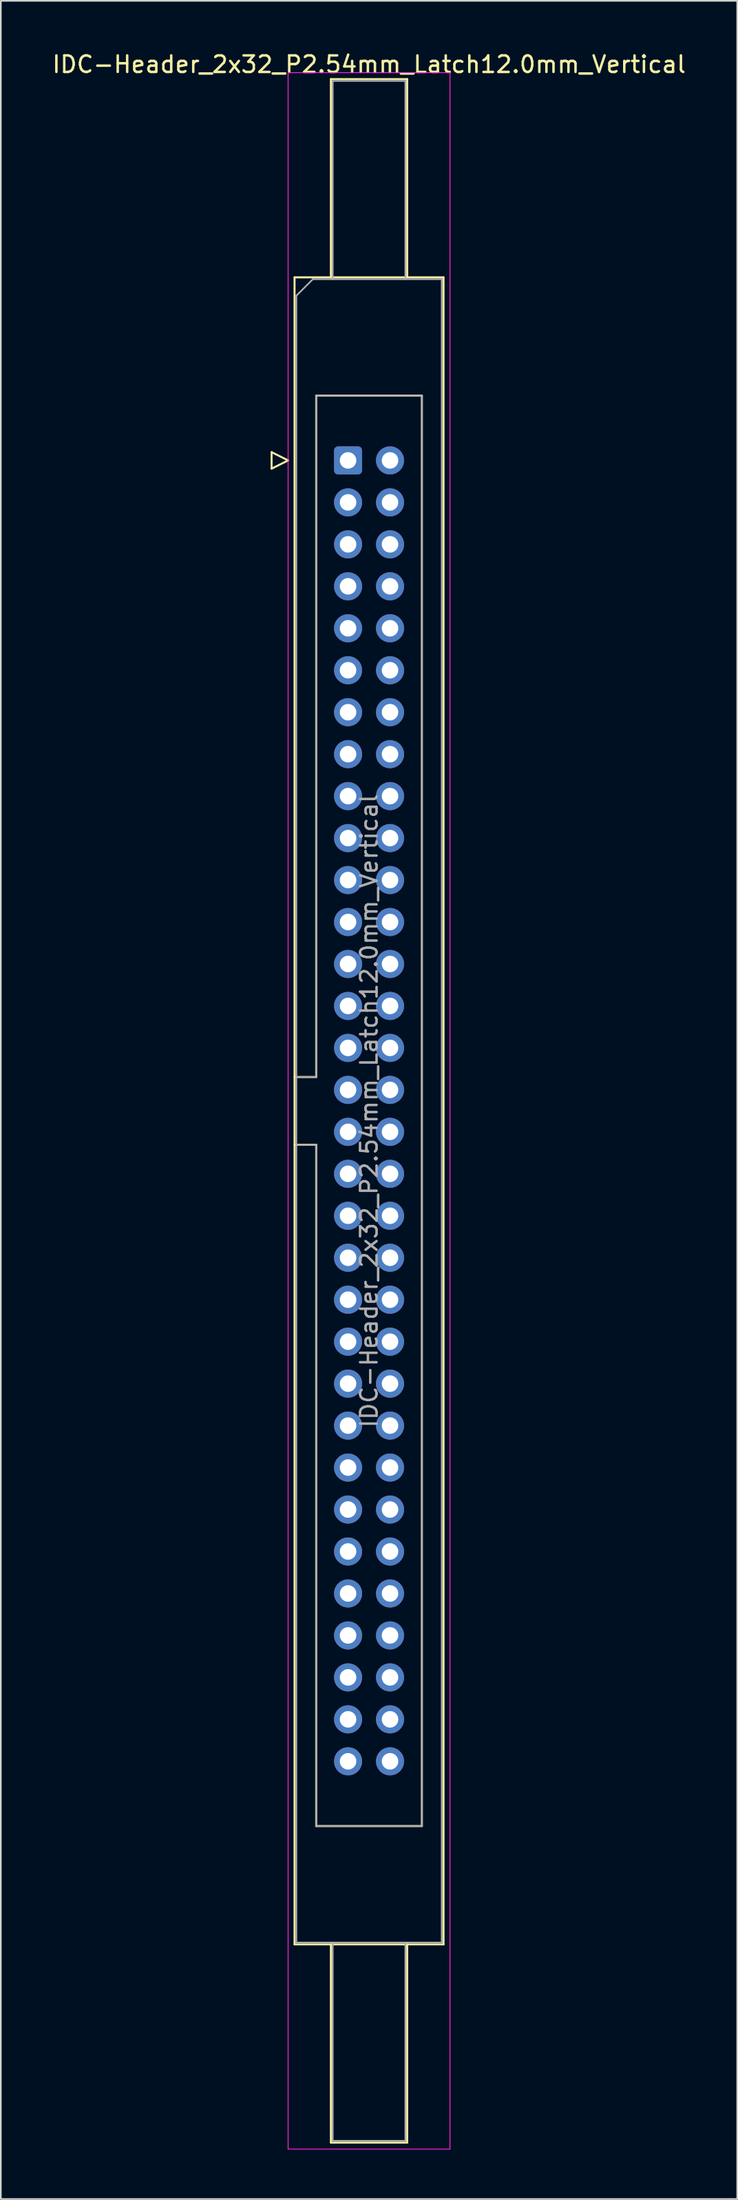
<source format=kicad_pcb>
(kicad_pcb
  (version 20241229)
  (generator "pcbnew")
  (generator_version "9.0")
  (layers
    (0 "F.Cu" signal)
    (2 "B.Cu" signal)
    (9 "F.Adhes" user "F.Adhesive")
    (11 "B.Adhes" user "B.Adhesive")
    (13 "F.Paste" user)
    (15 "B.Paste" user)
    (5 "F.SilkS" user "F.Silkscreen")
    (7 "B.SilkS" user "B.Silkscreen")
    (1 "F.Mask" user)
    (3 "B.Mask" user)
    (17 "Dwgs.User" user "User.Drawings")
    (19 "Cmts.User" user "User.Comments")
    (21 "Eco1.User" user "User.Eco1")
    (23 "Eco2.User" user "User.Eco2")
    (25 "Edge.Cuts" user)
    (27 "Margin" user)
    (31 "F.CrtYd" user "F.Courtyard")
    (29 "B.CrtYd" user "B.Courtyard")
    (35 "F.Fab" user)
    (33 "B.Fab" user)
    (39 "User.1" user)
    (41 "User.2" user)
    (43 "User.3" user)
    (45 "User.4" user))
  (footprint "IDC-Header_2x32_P2.54mm_Latch12.0mm_Vertical"
    (layer "F.Cu")
    (at 18.022 24.818)
    (property "Reference" "IDC-Header_2x32_P2.54mm_Latch12.0mm_Vertical" (at 1.27 -23.97 0) (layer "F.SilkS") (effects (font (size 1 1) (thickness 0.15))))
    (attr through_hole)
    (fp_line (start -4.63 -0.5) (end -4.63 0.5) (stroke (width 0.12) (type solid)) (layer "F.SilkS"))
    (fp_line (start -4.63 0.5) (end -3.63 0) (stroke (width 0.12) (type solid)) (layer "F.SilkS"))
    (fp_line (start -3.63 0) (end -4.63 -0.5) (stroke (width 0.12) (type solid)) (layer "F.SilkS"))
    (fp_line (start -3.24 -11.08) (end 5.78 -11.08) (stroke (width 0.12) (type solid)) (layer "F.SilkS"))
    (fp_line (start -3.24 37.32) (end -1.93 37.32) (stroke (width 0.12) (type solid)) (layer "F.SilkS"))
    (fp_line (start -3.24 89.82) (end -3.24 -11.08) (stroke (width 0.12) (type solid)) (layer "F.SilkS"))
    (fp_line (start -1.93 -3.92) (end 4.47 -3.92) (stroke (width 0.12) (type solid)) (layer "F.SilkS"))
    (fp_line (start -1.93 37.32) (end -1.93 -3.92) (stroke (width 0.12) (type solid)) (layer "F.SilkS"))
    (fp_line (start -1.93 41.42) (end -3.24 41.42) (stroke (width 0.12) (type solid)) (layer "F.SilkS"))
    (fp_line (start -1.93 41.42) (end -1.93 41.42) (stroke (width 0.12) (type solid)) (layer "F.SilkS"))
    (fp_line (start -1.93 82.66) (end -1.93 41.42) (stroke (width 0.12) (type solid)) (layer "F.SilkS"))
    (fp_line (start -1.04 -23.08) (end 3.58 -23.08) (stroke (width 0.12) (type solid)) (layer "F.SilkS"))
    (fp_line (start -1.04 -11.08) (end -1.04 -23.08) (stroke (width 0.12) (type solid)) (layer "F.SilkS"))
    (fp_line (start -1.04 89.82) (end -1.04 101.82) (stroke (width 0.12) (type solid)) (layer "F.SilkS"))
    (fp_line (start -1.04 101.82) (end 3.58 101.82) (stroke (width 0.12) (type solid)) (layer "F.SilkS"))
    (fp_line (start 3.58 -23.08) (end 3.58 -11.08) (stroke (width 0.12) (type solid)) (layer "F.SilkS"))
    (fp_line (start 3.58 101.82) (end 3.58 89.82) (stroke (width 0.12) (type solid)) (layer "F.SilkS"))
    (fp_line (start 4.47 -3.92) (end 4.47 82.66) (stroke (width 0.12) (type solid)) (layer "F.SilkS"))
    (fp_line (start 4.47 82.66) (end -1.93 82.66) (stroke (width 0.12) (type solid)) (layer "F.SilkS"))
    (fp_line (start 5.78 -11.08) (end 5.78 89.82) (stroke (width 0.12) (type solid)) (layer "F.SilkS"))
    (fp_line (start 5.78 89.82) (end -3.24 89.82) (stroke (width 0.12) (type solid)) (layer "F.SilkS"))
    (fp_line (start -3.63 -23.47) (end -3.63 102.21) (stroke (width 0.05) (type solid)) (layer "F.CrtYd"))
    (fp_line (start -3.63 102.21) (end 6.17 102.21) (stroke (width 0.05) (type solid)) (layer "F.CrtYd"))
    (fp_line (start 6.17 -23.47) (end -3.63 -23.47) (stroke (width 0.05) (type solid)) (layer "F.CrtYd"))
    (fp_line (start 6.17 102.21) (end 6.17 -23.47) (stroke (width 0.05) (type solid)) (layer "F.CrtYd"))
    (fp_line (start -3.13 -9.97) (end -2.13 -10.97) (stroke (width 0.1) (type solid)) (layer "F.Fab"))
    (fp_line (start -3.13 37.32) (end -1.93 37.32) (stroke (width 0.1) (type solid)) (layer "F.Fab"))
    (fp_line (start -3.13 89.71) (end -3.13 -9.97) (stroke (width 0.1) (type solid)) (layer "F.Fab"))
    (fp_line (start -2.13 -10.97) (end 5.67 -10.97) (stroke (width 0.1) (type solid)) (layer "F.Fab"))
    (fp_line (start -1.93 -3.92) (end 4.47 -3.92) (stroke (width 0.1) (type solid)) (layer "F.Fab"))
    (fp_line (start -1.93 37.32) (end -1.93 -3.92) (stroke (width 0.1) (type solid)) (layer "F.Fab"))
    (fp_line (start -1.93 41.42) (end -3.13 41.42) (stroke (width 0.1) (type solid)) (layer "F.Fab"))
    (fp_line (start -1.93 41.42) (end -1.93 41.42) (stroke (width 0.1) (type solid)) (layer "F.Fab"))
    (fp_line (start -1.93 82.66) (end -1.93 41.42) (stroke (width 0.1) (type solid)) (layer "F.Fab"))
    (fp_line (start -0.93 -22.97) (end 3.47 -22.97) (stroke (width 0.1) (type solid)) (layer "F.Fab"))
    (fp_line (start -0.93 -10.97) (end -0.93 -22.97) (stroke (width 0.1) (type solid)) (layer "F.Fab"))
    (fp_line (start -0.93 89.71) (end -0.93 101.71) (stroke (width 0.1) (type solid)) (layer "F.Fab"))
    (fp_line (start -0.93 101.71) (end 3.47 101.71) (stroke (width 0.1) (type solid)) (layer "F.Fab"))
    (fp_line (start 3.47 -22.97) (end 3.47 -10.97) (stroke (width 0.1) (type solid)) (layer "F.Fab"))
    (fp_line (start 3.47 101.71) (end 3.47 89.71) (stroke (width 0.1) (type solid)) (layer "F.Fab"))
    (fp_line (start 4.47 -3.92) (end 4.47 82.66) (stroke (width 0.1) (type solid)) (layer "F.Fab"))
    (fp_line (start 4.47 82.66) (end -1.93 82.66) (stroke (width 0.1) (type solid)) (layer "F.Fab"))
    (fp_line (start 5.67 -10.97) (end 5.67 89.71) (stroke (width 0.1) (type solid)) (layer "F.Fab"))
    (fp_line (start 5.67 89.71) (end -3.13 89.71) (stroke (width 0.1) (type solid)) (layer "F.Fab"))
    (fp_text user "${REFERENCE}" (at 1.27 39.37 90) (layer "F.Fab") (effects (font (size 1 1) (thickness 0.15))))
    (pad "1" thru_hole roundrect (at 0 0) (size 1.7 1.7) (drill 1) (layers "*.Cu" "*.Mask") (roundrect_rratio 0.147))
    (pad "2" thru_hole circle (at 2.54 0) (size 1.7 1.7) (drill 1) (layers "*.Cu" "*.Mask"))
    (pad "3" thru_hole circle (at 0 2.54) (size 1.7 1.7) (drill 1) (layers "*.Cu" "*.Mask"))
    (pad "4" thru_hole circle (at 2.54 2.54) (size 1.7 1.7) (drill 1) (layers "*.Cu" "*.Mask"))
    (pad "5" thru_hole circle (at 0 5.08) (size 1.7 1.7) (drill 1) (layers "*.Cu" "*.Mask"))
    (pad "6" thru_hole circle (at 2.54 5.08) (size 1.7 1.7) (drill 1) (layers "*.Cu" "*.Mask"))
    (pad "7" thru_hole circle (at 0 7.62) (size 1.7 1.7) (drill 1) (layers "*.Cu" "*.Mask"))
    (pad "8" thru_hole circle (at 2.54 7.62) (size 1.7 1.7) (drill 1) (layers "*.Cu" "*.Mask"))
    (pad "9" thru_hole circle (at 0 10.16) (size 1.7 1.7) (drill 1) (layers "*.Cu" "*.Mask"))
    (pad "10" thru_hole circle (at 2.54 10.16) (size 1.7 1.7) (drill 1) (layers "*.Cu" "*.Mask"))
    (pad "11" thru_hole circle (at 0 12.7) (size 1.7 1.7) (drill 1) (layers "*.Cu" "*.Mask"))
    (pad "12" thru_hole circle (at 2.54 12.7) (size 1.7 1.7) (drill 1) (layers "*.Cu" "*.Mask"))
    (pad "13" thru_hole circle (at 0 15.24) (size 1.7 1.7) (drill 1) (layers "*.Cu" "*.Mask"))
    (pad "14" thru_hole circle (at 2.54 15.24) (size 1.7 1.7) (drill 1) (layers "*.Cu" "*.Mask"))
    (pad "15" thru_hole circle (at 0 17.78) (size 1.7 1.7) (drill 1) (layers "*.Cu" "*.Mask"))
    (pad "16" thru_hole circle (at 2.54 17.78) (size 1.7 1.7) (drill 1) (layers "*.Cu" "*.Mask"))
    (pad "17" thru_hole circle (at 0 20.32) (size 1.7 1.7) (drill 1) (layers "*.Cu" "*.Mask"))
    (pad "18" thru_hole circle (at 2.54 20.32) (size 1.7 1.7) (drill 1) (layers "*.Cu" "*.Mask"))
    (pad "19" thru_hole circle (at 0 22.86) (size 1.7 1.7) (drill 1) (layers "*.Cu" "*.Mask"))
    (pad "20" thru_hole circle (at 2.54 22.86) (size 1.7 1.7) (drill 1) (layers "*.Cu" "*.Mask"))
    (pad "21" thru_hole circle (at 0 25.4) (size 1.7 1.7) (drill 1) (layers "*.Cu" "*.Mask"))
    (pad "22" thru_hole circle (at 2.54 25.4) (size 1.7 1.7) (drill 1) (layers "*.Cu" "*.Mask"))
    (pad "23" thru_hole circle (at 0 27.94) (size 1.7 1.7) (drill 1) (layers "*.Cu" "*.Mask"))
    (pad "24" thru_hole circle (at 2.54 27.94) (size 1.7 1.7) (drill 1) (layers "*.Cu" "*.Mask"))
    (pad "25" thru_hole circle (at 0 30.48) (size 1.7 1.7) (drill 1) (layers "*.Cu" "*.Mask"))
    (pad "26" thru_hole circle (at 2.54 30.48) (size 1.7 1.7) (drill 1) (layers "*.Cu" "*.Mask"))
    (pad "27" thru_hole circle (at 0 33.02) (size 1.7 1.7) (drill 1) (layers "*.Cu" "*.Mask"))
    (pad "28" thru_hole circle (at 2.54 33.02) (size 1.7 1.7) (drill 1) (layers "*.Cu" "*.Mask"))
    (pad "29" thru_hole circle (at 0 35.56) (size 1.7 1.7) (drill 1) (layers "*.Cu" "*.Mask"))
    (pad "30" thru_hole circle (at 2.54 35.56) (size 1.7 1.7) (drill 1) (layers "*.Cu" "*.Mask"))
    (pad "31" thru_hole circle (at 0 38.1) (size 1.7 1.7) (drill 1) (layers "*.Cu" "*.Mask"))
    (pad "32" thru_hole circle (at 2.54 38.1) (size 1.7 1.7) (drill 1) (layers "*.Cu" "*.Mask"))
    (pad "33" thru_hole circle (at 0 40.64) (size 1.7 1.7) (drill 1) (layers "*.Cu" "*.Mask"))
    (pad "34" thru_hole circle (at 2.54 40.64) (size 1.7 1.7) (drill 1) (layers "*.Cu" "*.Mask"))
    (pad "35" thru_hole circle (at 0 43.18) (size 1.7 1.7) (drill 1) (layers "*.Cu" "*.Mask"))
    (pad "36" thru_hole circle (at 2.54 43.18) (size 1.7 1.7) (drill 1) (layers "*.Cu" "*.Mask"))
    (pad "37" thru_hole circle (at 0 45.72) (size 1.7 1.7) (drill 1) (layers "*.Cu" "*.Mask"))
    (pad "38" thru_hole circle (at 2.54 45.72) (size 1.7 1.7) (drill 1) (layers "*.Cu" "*.Mask"))
    (pad "39" thru_hole circle (at 0 48.26) (size 1.7 1.7) (drill 1) (layers "*.Cu" "*.Mask"))
    (pad "40" thru_hole circle (at 2.54 48.26) (size 1.7 1.7) (drill 1) (layers "*.Cu" "*.Mask"))
    (pad "41" thru_hole circle (at 0 50.8) (size 1.7 1.7) (drill 1) (layers "*.Cu" "*.Mask"))
    (pad "42" thru_hole circle (at 2.54 50.8) (size 1.7 1.7) (drill 1) (layers "*.Cu" "*.Mask"))
    (pad "43" thru_hole circle (at 0 53.34) (size 1.7 1.7) (drill 1) (layers "*.Cu" "*.Mask"))
    (pad "44" thru_hole circle (at 2.54 53.34) (size 1.7 1.7) (drill 1) (layers "*.Cu" "*.Mask"))
    (pad "45" thru_hole circle (at 0 55.88) (size 1.7 1.7) (drill 1) (layers "*.Cu" "*.Mask"))
    (pad "46" thru_hole circle (at 2.54 55.88) (size 1.7 1.7) (drill 1) (layers "*.Cu" "*.Mask"))
    (pad "47" thru_hole circle (at 0 58.42) (size 1.7 1.7) (drill 1) (layers "*.Cu" "*.Mask"))
    (pad "48" thru_hole circle (at 2.54 58.42) (size 1.7 1.7) (drill 1) (layers "*.Cu" "*.Mask"))
    (pad "49" thru_hole circle (at 0 60.96) (size 1.7 1.7) (drill 1) (layers "*.Cu" "*.Mask"))
    (pad "50" thru_hole circle (at 2.54 60.96) (size 1.7 1.7) (drill 1) (layers "*.Cu" "*.Mask"))
    (pad "51" thru_hole circle (at 0 63.5) (size 1.7 1.7) (drill 1) (layers "*.Cu" "*.Mask"))
    (pad "52" thru_hole circle (at 2.54 63.5) (size 1.7 1.7) (drill 1) (layers "*.Cu" "*.Mask"))
    (pad "53" thru_hole circle (at 0 66.04) (size 1.7 1.7) (drill 1) (layers "*.Cu" "*.Mask"))
    (pad "54" thru_hole circle (at 2.54 66.04) (size 1.7 1.7) (drill 1) (layers "*.Cu" "*.Mask"))
    (pad "55" thru_hole circle (at 0 68.58) (size 1.7 1.7) (drill 1) (layers "*.Cu" "*.Mask"))
    (pad "56" thru_hole circle (at 2.54 68.58) (size 1.7 1.7) (drill 1) (layers "*.Cu" "*.Mask"))
    (pad "57" thru_hole circle (at 0 71.12) (size 1.7 1.7) (drill 1) (layers "*.Cu" "*.Mask"))
    (pad "58" thru_hole circle (at 2.54 71.12) (size 1.7 1.7) (drill 1) (layers "*.Cu" "*.Mask"))
    (pad "59" thru_hole circle (at 0 73.66) (size 1.7 1.7) (drill 1) (layers "*.Cu" "*.Mask"))
    (pad "60" thru_hole circle (at 2.54 73.66) (size 1.7 1.7) (drill 1) (layers "*.Cu" "*.Mask"))
    (pad "61" thru_hole circle (at 0 76.2) (size 1.7 1.7) (drill 1) (layers "*.Cu" "*.Mask"))
    (pad "62" thru_hole circle (at 2.54 76.2) (size 1.7 1.7) (drill 1) (layers "*.Cu" "*.Mask"))
    (pad "63" thru_hole circle (at 0 78.74) (size 1.7 1.7) (drill 1) (layers "*.Cu" "*.Mask"))
    (pad "64" thru_hole circle (at 2.54 78.74) (size 1.7 1.7) (drill 1) (layers "*.Cu" "*.Mask")))
  (gr_rect
    (start -3 -3)
    (end 41.583 130.053)
    (stroke (width 0.1) (type default))
    (fill no)
    (layer "Edge.Cuts")))
</source>
